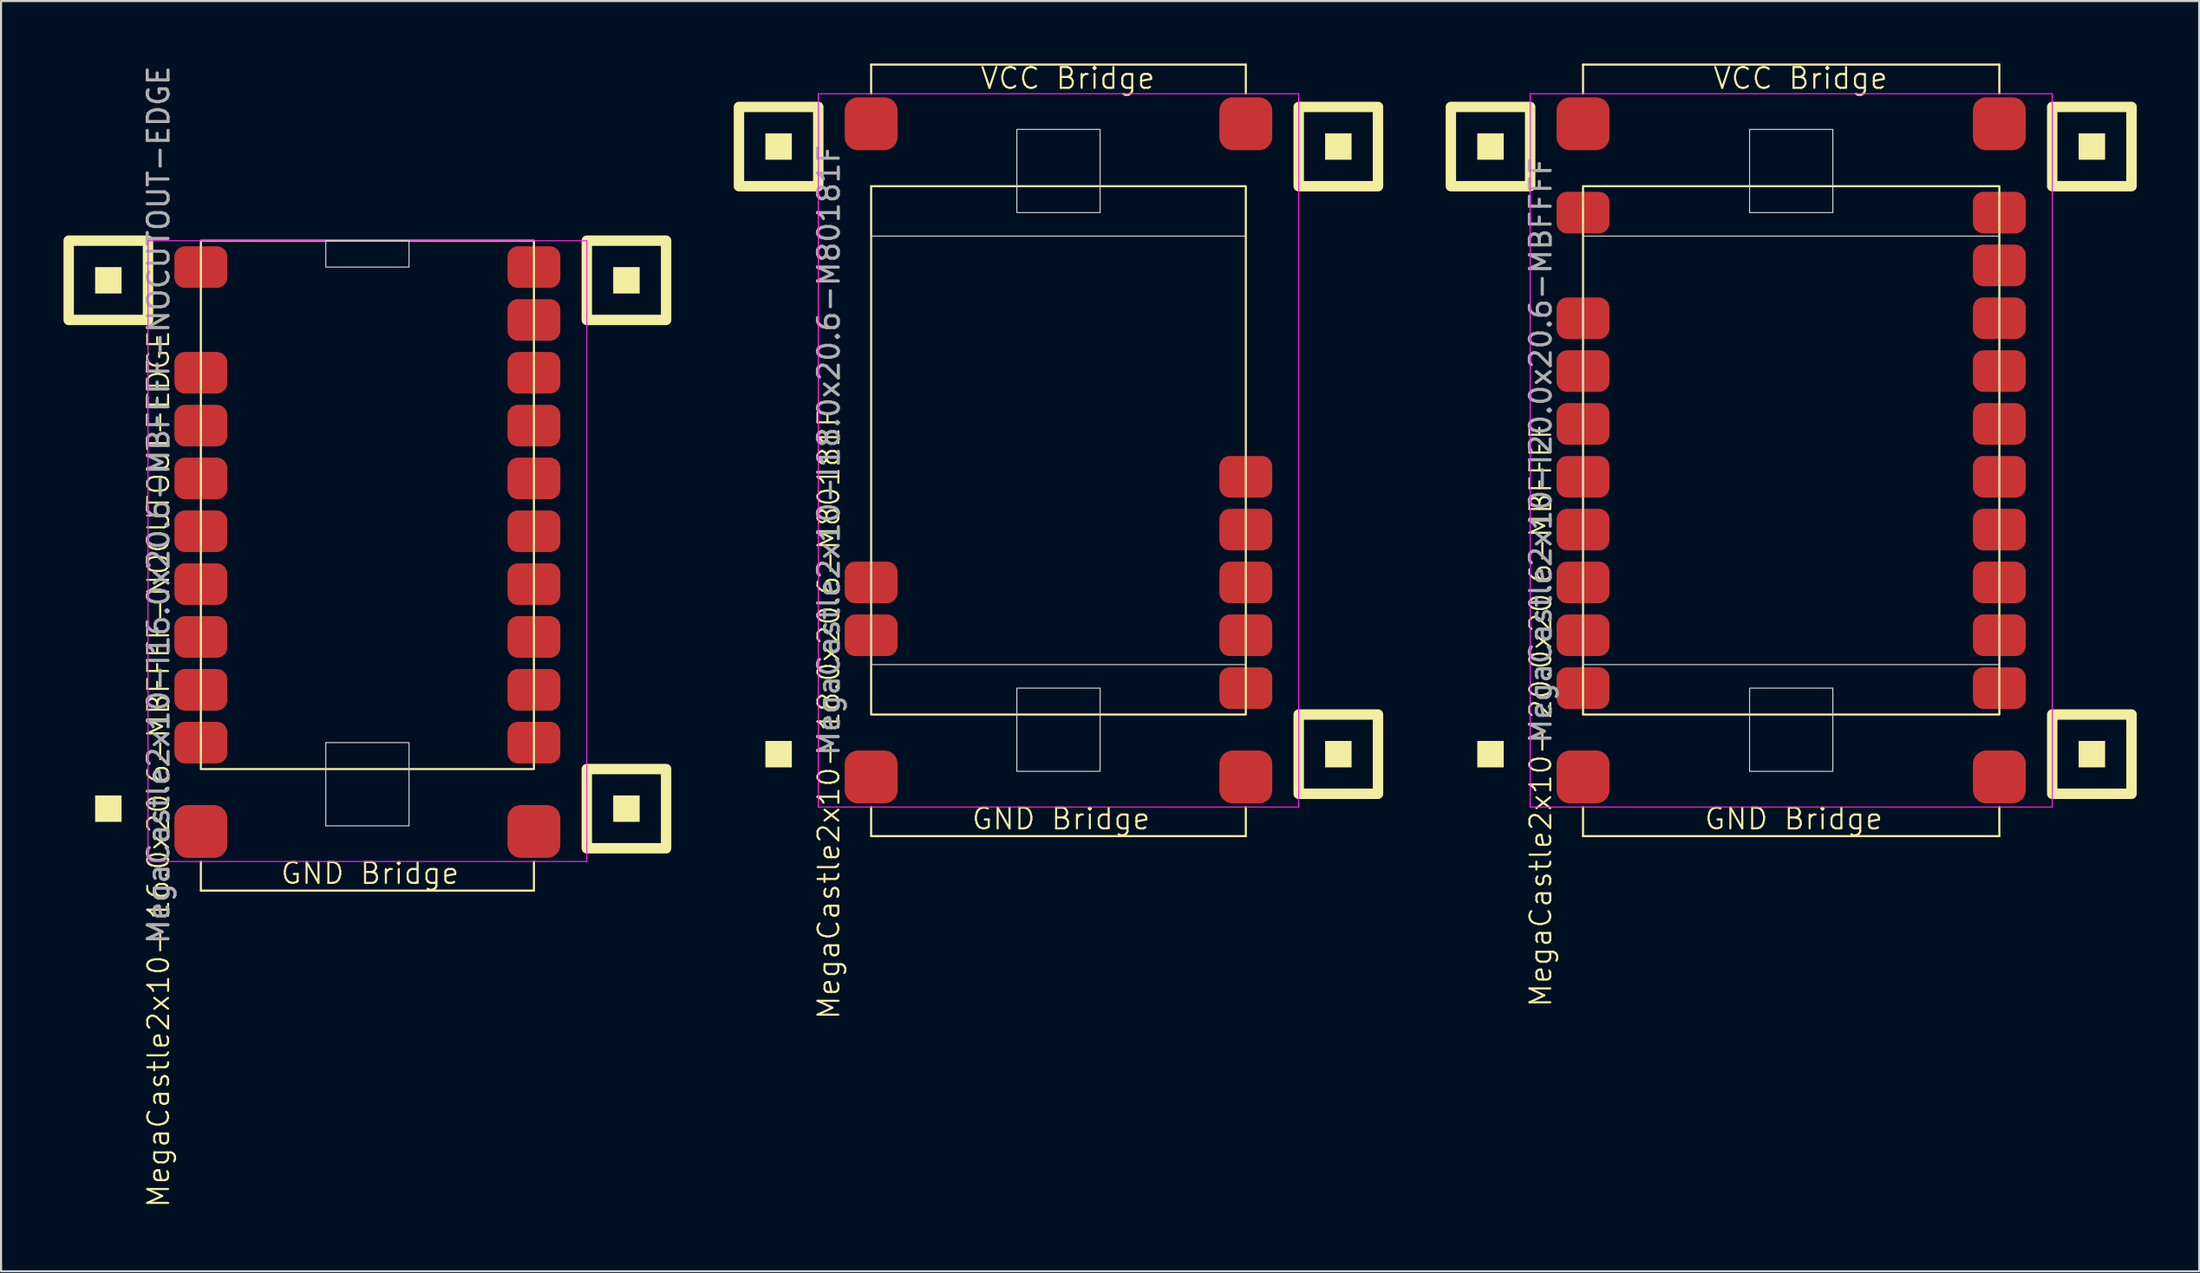
<source format=kicad_pcb>
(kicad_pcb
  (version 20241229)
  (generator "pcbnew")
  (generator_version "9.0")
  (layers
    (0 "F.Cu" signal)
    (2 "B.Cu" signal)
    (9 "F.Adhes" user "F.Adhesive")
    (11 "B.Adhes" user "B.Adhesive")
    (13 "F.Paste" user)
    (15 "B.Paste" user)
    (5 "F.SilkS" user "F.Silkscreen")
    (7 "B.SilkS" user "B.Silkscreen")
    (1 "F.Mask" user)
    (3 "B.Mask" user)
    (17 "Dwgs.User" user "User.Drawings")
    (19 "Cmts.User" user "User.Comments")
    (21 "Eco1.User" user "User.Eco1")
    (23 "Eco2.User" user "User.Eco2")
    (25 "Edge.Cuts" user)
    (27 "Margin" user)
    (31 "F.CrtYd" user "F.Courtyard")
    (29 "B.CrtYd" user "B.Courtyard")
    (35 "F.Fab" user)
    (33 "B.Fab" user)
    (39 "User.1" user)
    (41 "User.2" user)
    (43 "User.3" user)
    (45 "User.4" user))
  (footprint "MegaCastle2x10-I16.0x20.6-MBFFFF-NOCUTOUT-EDGE"
    (layer "F.Cu")
    (at 14.6 21.22)
    (property "Reference" "MegaCastle2x10-I16.0x20.6-MBFFFF-NOCUTOUT-EDGE" (at -10.032 12.7 90) (unlocked yes) (layer "F.SilkS") (effects (font (size 1 1) (thickness 0.1))))
    (attr smd)
    (fp_line (start -8 17.145) (end -8 18.545) (stroke (width 0.1) (type default)) (layer "F.SilkS"))
    (fp_line (start -8 18.545) (end 8 18.545) (stroke (width 0.1) (type default)) (layer "F.SilkS"))
    (fp_line (start 8 17.145) (end 8 18.545) (stroke (width 0.1) (type default)) (layer "F.SilkS"))
    (fp_rect (start -11.81 -10.16) (end -13.08 -11.43) (stroke (width 0) (type solid)) (fill yes) (layer "F.SilkS"))
    (fp_rect (start -11.81 15.24) (end -13.08 13.97) (stroke (width 0) (type solid)) (fill yes) (layer "F.SilkS"))
    (fp_rect (start -10.54 -8.89) (end -14.35 -12.7) (stroke (width 0.5) (type default)) (fill no) (layer "F.SilkS"))
    (fp_rect (start -8 -12.7) (end 8 12.7) (stroke (width 0.1) (type default)) (fill no) (layer "F.SilkS"))
    (fp_rect (start 13.08 -10.16) (end 11.81 -11.43) (stroke (width 0) (type solid)) (fill yes) (layer "F.SilkS"))
    (fp_rect (start 13.08 15.24) (end 11.81 13.97) (stroke (width 0) (type solid)) (fill yes) (layer "F.SilkS"))
    (fp_rect (start 14.35 -8.89) (end 10.54 -12.7) (stroke (width 0.5) (type default)) (fill no) (layer "F.SilkS"))
    (fp_rect (start 14.35 16.51) (end 10.54 12.7) (stroke (width 0.5) (type default)) (fill no) (layer "F.SilkS"))
    (fp_rect (start -2 -11.43) (end 2 -12.7) (stroke (width 0.05) (type default)) (fill no) (layer "Edge.Cuts"))
    (fp_rect (start -2 11.43) (end 2 15.43) (stroke (width 0.05) (type default)) (fill no) (layer "Edge.Cuts"))
    (fp_line (start -10.54 -12.7) (end -10.54 17.145) (stroke (width 0.05) (type default)) (layer "F.CrtYd"))
    (fp_line (start -10.54 17.145) (end 10.54 17.145) (stroke (width 0.05) (type default)) (layer "F.CrtYd"))
    (fp_line (start 10.54 -12.7) (end -10.54 -12.7) (stroke (width 0.05) (type default)) (layer "F.CrtYd"))
    (fp_line (start 10.54 -12.7) (end 10.54 17.145) (stroke (width 0.05) (type default)) (layer "F.CrtYd"))
    (fp_text user "GND Bridge" (at -4.226 18.3 0) (unlocked yes) (layer "F.SilkS") (effects (font (size 1 1) (thickness 0.1)) (justify left bottom)))
    (fp_text user "${REFERENCE}" (at -10.032 0 90) (unlocked yes) (layer "F.Fab") (effects (font (size 1 1) (thickness 0.15))))
    (pad "1" smd roundrect (at -8 -11.43) (size 2.54 2) (layers "F.Cu" "F.Mask" "F.Paste") (roundrect_rratio 0.25))
    (pad "3" smd roundrect (at -8 -6.35) (size 2.54 2) (layers "F.Cu" "F.Mask" "F.Paste") (roundrect_rratio 0.25))
    (pad "4" smd roundrect (at -8 -3.81) (size 2.54 2) (layers "F.Cu" "F.Mask" "F.Paste") (roundrect_rratio 0.25))
    (pad "5" smd roundrect (at -8 -1.27) (size 2.54 2) (layers "F.Cu" "F.Mask" "F.Paste") (roundrect_rratio 0.25))
    (pad "6" smd roundrect (at -8 1.27) (size 2.54 2) (layers "F.Cu" "F.Mask" "F.Paste") (roundrect_rratio 0.25))
    (pad "7" smd roundrect (at -8 3.81) (size 2.54 2) (layers "F.Cu" "F.Mask" "F.Paste") (roundrect_rratio 0.25))
    (pad "8" smd roundrect (at -8 6.35) (size 2.54 2) (layers "F.Cu" "F.Mask" "F.Paste") (roundrect_rratio 0.25))
    (pad "9" smd roundrect (at -8 8.89) (size 2.54 2) (layers "F.Cu" "F.Mask" "F.Paste") (roundrect_rratio 0.25))
    (pad "10" smd roundrect (at -8 11.43) (size 2.54 2) (layers "F.Cu" "F.Mask" "F.Paste") (roundrect_rratio 0.25))
    (pad "11" smd roundrect (at 8 -11.43) (size 2.54 2) (layers "F.Cu" "F.Mask" "F.Paste") (roundrect_rratio 0.25))
    (pad "12" smd roundrect (at 8 -8.89) (size 2.54 2) (layers "F.Cu" "F.Mask" "F.Paste") (roundrect_rratio 0.25))
    (pad "13" smd roundrect (at 8 -6.35) (size 2.54 2) (layers "F.Cu" "F.Mask" "F.Paste") (roundrect_rratio 0.25))
    (pad "14" smd roundrect (at 8 -3.81) (size 2.54 2) (layers "F.Cu" "F.Mask" "F.Paste") (roundrect_rratio 0.25))
    (pad "15" smd roundrect (at 8 -1.27) (size 2.54 2) (layers "F.Cu" "F.Mask" "F.Paste") (roundrect_rratio 0.25))
    (pad "16" smd roundrect (at 8 1.27) (size 2.54 2) (layers "F.Cu" "F.Mask" "F.Paste") (roundrect_rratio 0.25))
    (pad "17" smd roundrect (at 8 3.81) (size 2.54 2) (layers "F.Cu" "F.Mask" "F.Paste") (roundrect_rratio 0.25))
    (pad "18" smd roundrect (at 8 6.35) (size 2.54 2) (layers "F.Cu" "F.Mask" "F.Paste") (roundrect_rratio 0.25))
    (pad "19" smd roundrect (at 8 8.89) (size 2.54 2) (layers "F.Cu" "F.Mask" "F.Paste") (roundrect_rratio 0.25))
    (pad "20" smd roundrect (at 8 11.43) (size 2.54 2) (layers "F.Cu" "F.Mask" "F.Paste") (roundrect_rratio 0.25))
    (pad "B1" smd roundrect (at -8 15.7) (size 2.54 2.54) (layers "F.Cu" "F.Mask" "F.Paste") (roundrect_rratio 0.25))
    (pad "B2" smd roundrect (at 8 15.7) (size 2.54 2.54) (layers "F.Cu" "F.Mask" "F.Paste") (roundrect_rratio 0.25)))
  (footprint "MegaCastle2x10-I18.0x20.6-M80181F"
    (layer "F.Cu")
    (at 47.8 18.6)
    (property "Reference" "MegaCastle2x10-I18.0x20.6-M80181F" (at -11.032 12.7 90) (unlocked yes) (layer "F.SilkS") (effects (font (size 1 1) (thickness 0.1))))
    (attr smd)
    (fp_line (start -9 -18.545) (end 9 -18.545) (stroke (width 0.1) (type default)) (layer "F.SilkS"))
    (fp_line (start -9 -17.145) (end -9 -18.545) (stroke (width 0.1) (type default)) (layer "F.SilkS"))
    (fp_line (start -9 17.145) (end -9 18.545) (stroke (width 0.1) (type default)) (layer "F.SilkS"))
    (fp_line (start -9 18.545) (end 9 18.545) (stroke (width 0.1) (type default)) (layer "F.SilkS"))
    (fp_line (start 9 -17.145) (end 9 -18.545) (stroke (width 0.1) (type default)) (layer "F.SilkS"))
    (fp_line (start 9 17.145) (end 9 18.545) (stroke (width 0.1) (type default)) (layer "F.SilkS"))
    (fp_rect (start -12.81 -13.97) (end -14.08 -15.24) (stroke (width 0) (type solid)) (fill yes) (layer "F.SilkS"))
    (fp_rect (start -12.81 15.24) (end -14.08 13.97) (stroke (width 0) (type solid)) (fill yes) (layer "F.SilkS"))
    (fp_rect (start -11.54 -12.7) (end -15.35 -16.51) (stroke (width 0.5) (type default)) (fill no) (layer "F.SilkS"))
    (fp_rect (start -9 -12.7) (end 9 12.7) (stroke (width 0.1) (type default)) (fill no) (layer "F.SilkS"))
    (fp_rect (start 14.08 -13.97) (end 12.81 -15.24) (stroke (width 0) (type solid)) (fill yes) (layer "F.SilkS"))
    (fp_rect (start 14.08 15.24) (end 12.81 13.97) (stroke (width 0) (type solid)) (fill yes) (layer "F.SilkS"))
    (fp_rect (start 15.35 -12.7) (end 11.54 -16.51) (stroke (width 0.5) (type default)) (fill no) (layer "F.SilkS"))
    (fp_rect (start 15.35 16.51) (end 11.54 12.7) (stroke (width 0.5) (type default)) (fill no) (layer "F.SilkS"))
    (fp_rect (start -9 -10.3) (end 9 10.3) (stroke (width 0.05) (type default)) (fill no) (layer "Edge.Cuts"))
    (fp_rect (start -2 -11.43) (end 2 -15.43) (stroke (width 0.05) (type default)) (fill no) (layer "Edge.Cuts"))
    (fp_rect (start -2 11.43) (end 2 15.43) (stroke (width 0.05) (type default)) (fill no) (layer "Edge.Cuts"))
    (fp_line (start -11.54 -17.145) (end -11.54 17.145) (stroke (width 0.05) (type default)) (layer "F.CrtYd"))
    (fp_line (start -11.54 17.145) (end 11.54 17.145) (stroke (width 0.05) (type default)) (layer "F.CrtYd"))
    (fp_line (start 11.54 -17.145) (end -11.54 -17.145) (stroke (width 0.05) (type default)) (layer "F.CrtYd"))
    (fp_line (start 11.54 -17.145) (end 11.54 17.145) (stroke (width 0.05) (type default)) (layer "F.CrtYd"))
    (fp_text user "GND Bridge" (at -4.226 18.3 0) (unlocked yes) (layer "F.SilkS") (effects (font (size 1 1) (thickness 0.1)) (justify left bottom)))
    (fp_text user "VCC Bridge" (at -3.81 -17.3 0) (unlocked yes) (layer "F.SilkS") (effects (font (size 1 1) (thickness 0.1)) (justify left bottom)))
    (fp_text user "${REFERENCE}" (at -11.032 0 90) (unlocked yes) (layer "F.Fab") (effects (font (size 1 1) (thickness 0.15))))
    (pad "8" smd roundrect (at -9 6.35) (size 2.54 2) (layers "F.Cu" "F.Mask" "F.Paste") (roundrect_rratio 0.25))
    (pad "9" smd roundrect (at -9 8.89) (size 2.54 2) (layers "F.Cu" "F.Mask" "F.Paste") (roundrect_rratio 0.25))
    (pad "16" smd roundrect (at 9 1.27) (size 2.54 2) (layers "F.Cu" "F.Mask" "F.Paste") (roundrect_rratio 0.25))
    (pad "17" smd roundrect (at 9 3.81) (size 2.54 2) (layers "F.Cu" "F.Mask" "F.Paste") (roundrect_rratio 0.25))
    (pad "18" smd roundrect (at 9 6.35) (size 2.54 2) (layers "F.Cu" "F.Mask" "F.Paste") (roundrect_rratio 0.25))
    (pad "19" smd roundrect (at 9 8.89) (size 2.54 2) (layers "F.Cu" "F.Mask" "F.Paste") (roundrect_rratio 0.25))
    (pad "20" smd roundrect (at 9 11.43) (size 2.54 2) (layers "F.Cu" "F.Mask" "F.Paste") (roundrect_rratio 0.25))
    (pad "A1" smd roundrect (at -9 -15.7) (size 2.54 2.54) (layers "F.Cu" "F.Mask" "F.Paste") (roundrect_rratio 0.25))
    (pad "A2" smd roundrect (at 9 -15.7) (size 2.54 2.54) (layers "F.Cu" "F.Mask" "F.Paste") (roundrect_rratio 0.25))
    (pad "B1" smd roundrect (at -9 15.7) (size 2.54 2.54) (layers "F.Cu" "F.Mask" "F.Paste") (roundrect_rratio 0.25))
    (pad "B2" smd roundrect (at 9 15.7) (size 2.54 2.54) (layers "F.Cu" "F.Mask" "F.Paste") (roundrect_rratio 0.25)))
  (footprint "MegaCastle2x10-I20.0x20.6-MBFFFF"
    (layer "F.Cu")
    (at 83 18.6)
    (property "Reference" "MegaCastle2x10-I20.0x20.6-MBFFFF" (at -12.032 12.7 90) (unlocked yes) (layer "F.SilkS") (effects (font (size 1 1) (thickness 0.1))))
    (attr smd)
    (fp_line (start -10 -18.545) (end 10 -18.545) (stroke (width 0.1) (type default)) (layer "F.SilkS"))
    (fp_line (start -10 -17.145) (end -10 -18.545) (stroke (width 0.1) (type default)) (layer "F.SilkS"))
    (fp_line (start -10 17.145) (end -10 18.545) (stroke (width 0.1) (type default)) (layer "F.SilkS"))
    (fp_line (start -10 18.545) (end 10 18.545) (stroke (width 0.1) (type default)) (layer "F.SilkS"))
    (fp_line (start 10 -17.145) (end 10 -18.545) (stroke (width 0.1) (type default)) (layer "F.SilkS"))
    (fp_line (start 10 17.145) (end 10 18.545) (stroke (width 0.1) (type default)) (layer "F.SilkS"))
    (fp_rect (start -13.81 -13.97) (end -15.08 -15.24) (stroke (width 0) (type solid)) (fill yes) (layer "F.SilkS"))
    (fp_rect (start -13.81 15.24) (end -15.08 13.97) (stroke (width 0) (type solid)) (fill yes) (layer "F.SilkS"))
    (fp_rect (start -12.54 -12.7) (end -16.35 -16.51) (stroke (width 0.5) (type default)) (fill no) (layer "F.SilkS"))
    (fp_rect (start -10 -12.7) (end 10 12.7) (stroke (width 0.1) (type default)) (fill no) (layer "F.SilkS"))
    (fp_rect (start 15.08 -13.97) (end 13.81 -15.24) (stroke (width 0) (type solid)) (fill yes) (layer "F.SilkS"))
    (fp_rect (start 15.08 15.24) (end 13.81 13.97) (stroke (width 0) (type solid)) (fill yes) (layer "F.SilkS"))
    (fp_rect (start 16.35 -12.7) (end 12.54 -16.51) (stroke (width 0.5) (type default)) (fill no) (layer "F.SilkS"))
    (fp_rect (start 16.35 16.51) (end 12.54 12.7) (stroke (width 0.5) (type default)) (fill no) (layer "F.SilkS"))
    (fp_rect (start -10 -10.3) (end 10 10.3) (stroke (width 0.05) (type default)) (fill no) (layer "Edge.Cuts"))
    (fp_rect (start -2 -11.43) (end 2 -15.43) (stroke (width 0.05) (type default)) (fill no) (layer "Edge.Cuts"))
    (fp_rect (start -2 11.43) (end 2 15.43) (stroke (width 0.05) (type default)) (fill no) (layer "Edge.Cuts"))
    (fp_line (start -12.54 -17.145) (end -12.54 17.145) (stroke (width 0.05) (type default)) (layer "F.CrtYd"))
    (fp_line (start -12.54 17.145) (end 12.54 17.145) (stroke (width 0.05) (type default)) (layer "F.CrtYd"))
    (fp_line (start 12.54 -17.145) (end -12.54 -17.145) (stroke (width 0.05) (type default)) (layer "F.CrtYd"))
    (fp_line (start 12.54 -17.145) (end 12.54 17.145) (stroke (width 0.05) (type default)) (layer "F.CrtYd"))
    (fp_text user "GND Bridge" (at -4.226 18.3 0) (unlocked yes) (layer "F.SilkS") (effects (font (size 1 1) (thickness 0.1)) (justify left bottom)))
    (fp_text user "VCC Bridge" (at -3.81 -17.3 0) (unlocked yes) (layer "F.SilkS") (effects (font (size 1 1) (thickness 0.1)) (justify left bottom)))
    (fp_text user "${REFERENCE}" (at -12.032 0 90) (unlocked yes) (layer "F.Fab") (effects (font (size 1 1) (thickness 0.15))))
    (pad "1" smd roundrect (at -10 -11.43) (size 2.54 2) (layers "F.Cu" "F.Mask" "F.Paste") (roundrect_rratio 0.25))
    (pad "3" smd roundrect (at -10 -6.35) (size 2.54 2) (layers "F.Cu" "F.Mask" "F.Paste") (roundrect_rratio 0.25))
    (pad "4" smd roundrect (at -10 -3.81) (size 2.54 2) (layers "F.Cu" "F.Mask" "F.Paste") (roundrect_rratio 0.25))
    (pad "5" smd roundrect (at -10 -1.27) (size 2.54 2) (layers "F.Cu" "F.Mask" "F.Paste") (roundrect_rratio 0.25))
    (pad "6" smd roundrect (at -10 1.27) (size 2.54 2) (layers "F.Cu" "F.Mask" "F.Paste") (roundrect_rratio 0.25))
    (pad "7" smd roundrect (at -10 3.81) (size 2.54 2) (layers "F.Cu" "F.Mask" "F.Paste") (roundrect_rratio 0.25))
    (pad "8" smd roundrect (at -10 6.35) (size 2.54 2) (layers "F.Cu" "F.Mask" "F.Paste") (roundrect_rratio 0.25))
    (pad "9" smd roundrect (at -10 8.89) (size 2.54 2) (layers "F.Cu" "F.Mask" "F.Paste") (roundrect_rratio 0.25))
    (pad "10" smd roundrect (at -10 11.43) (size 2.54 2) (layers "F.Cu" "F.Mask" "F.Paste") (roundrect_rratio 0.25))
    (pad "11" smd roundrect (at 10 -11.43) (size 2.54 2) (layers "F.Cu" "F.Mask" "F.Paste") (roundrect_rratio 0.25))
    (pad "12" smd roundrect (at 10 -8.89) (size 2.54 2) (layers "F.Cu" "F.Mask" "F.Paste") (roundrect_rratio 0.25))
    (pad "13" smd roundrect (at 10 -6.35) (size 2.54 2) (layers "F.Cu" "F.Mask" "F.Paste") (roundrect_rratio 0.25))
    (pad "14" smd roundrect (at 10 -3.81) (size 2.54 2) (layers "F.Cu" "F.Mask" "F.Paste") (roundrect_rratio 0.25))
    (pad "15" smd roundrect (at 10 -1.27) (size 2.54 2) (layers "F.Cu" "F.Mask" "F.Paste") (roundrect_rratio 0.25))
    (pad "16" smd roundrect (at 10 1.27) (size 2.54 2) (layers "F.Cu" "F.Mask" "F.Paste") (roundrect_rratio 0.25))
    (pad "17" smd roundrect (at 10 3.81) (size 2.54 2) (layers "F.Cu" "F.Mask" "F.Paste") (roundrect_rratio 0.25))
    (pad "18" smd roundrect (at 10 6.35) (size 2.54 2) (layers "F.Cu" "F.Mask" "F.Paste") (roundrect_rratio 0.25))
    (pad "19" smd roundrect (at 10 8.89) (size 2.54 2) (layers "F.Cu" "F.Mask" "F.Paste") (roundrect_rratio 0.25))
    (pad "20" smd roundrect (at 10 11.43) (size 2.54 2) (layers "F.Cu" "F.Mask" "F.Paste") (roundrect_rratio 0.25))
    (pad "A1" smd roundrect (at -10 -15.7) (size 2.54 2.54) (layers "F.Cu" "F.Mask" "F.Paste") (roundrect_rratio 0.25))
    (pad "A2" smd roundrect (at 10 -15.7) (size 2.54 2.54) (layers "F.Cu" "F.Mask" "F.Paste") (roundrect_rratio 0.25))
    (pad "B1" smd roundrect (at -10 15.7) (size 2.54 2.54) (layers "F.Cu" "F.Mask" "F.Paste") (roundrect_rratio 0.25))
    (pad "B2" smd roundrect (at 10 15.7) (size 2.54 2.54) (layers "F.Cu" "F.Mask" "F.Paste") (roundrect_rratio 0.25)))
  (gr_rect
    (start -3 -3)
    (end 102.6 58.065)
    (stroke (width 0.1) (type default))
    (fill no)
    (layer "Edge.Cuts")))
</source>
